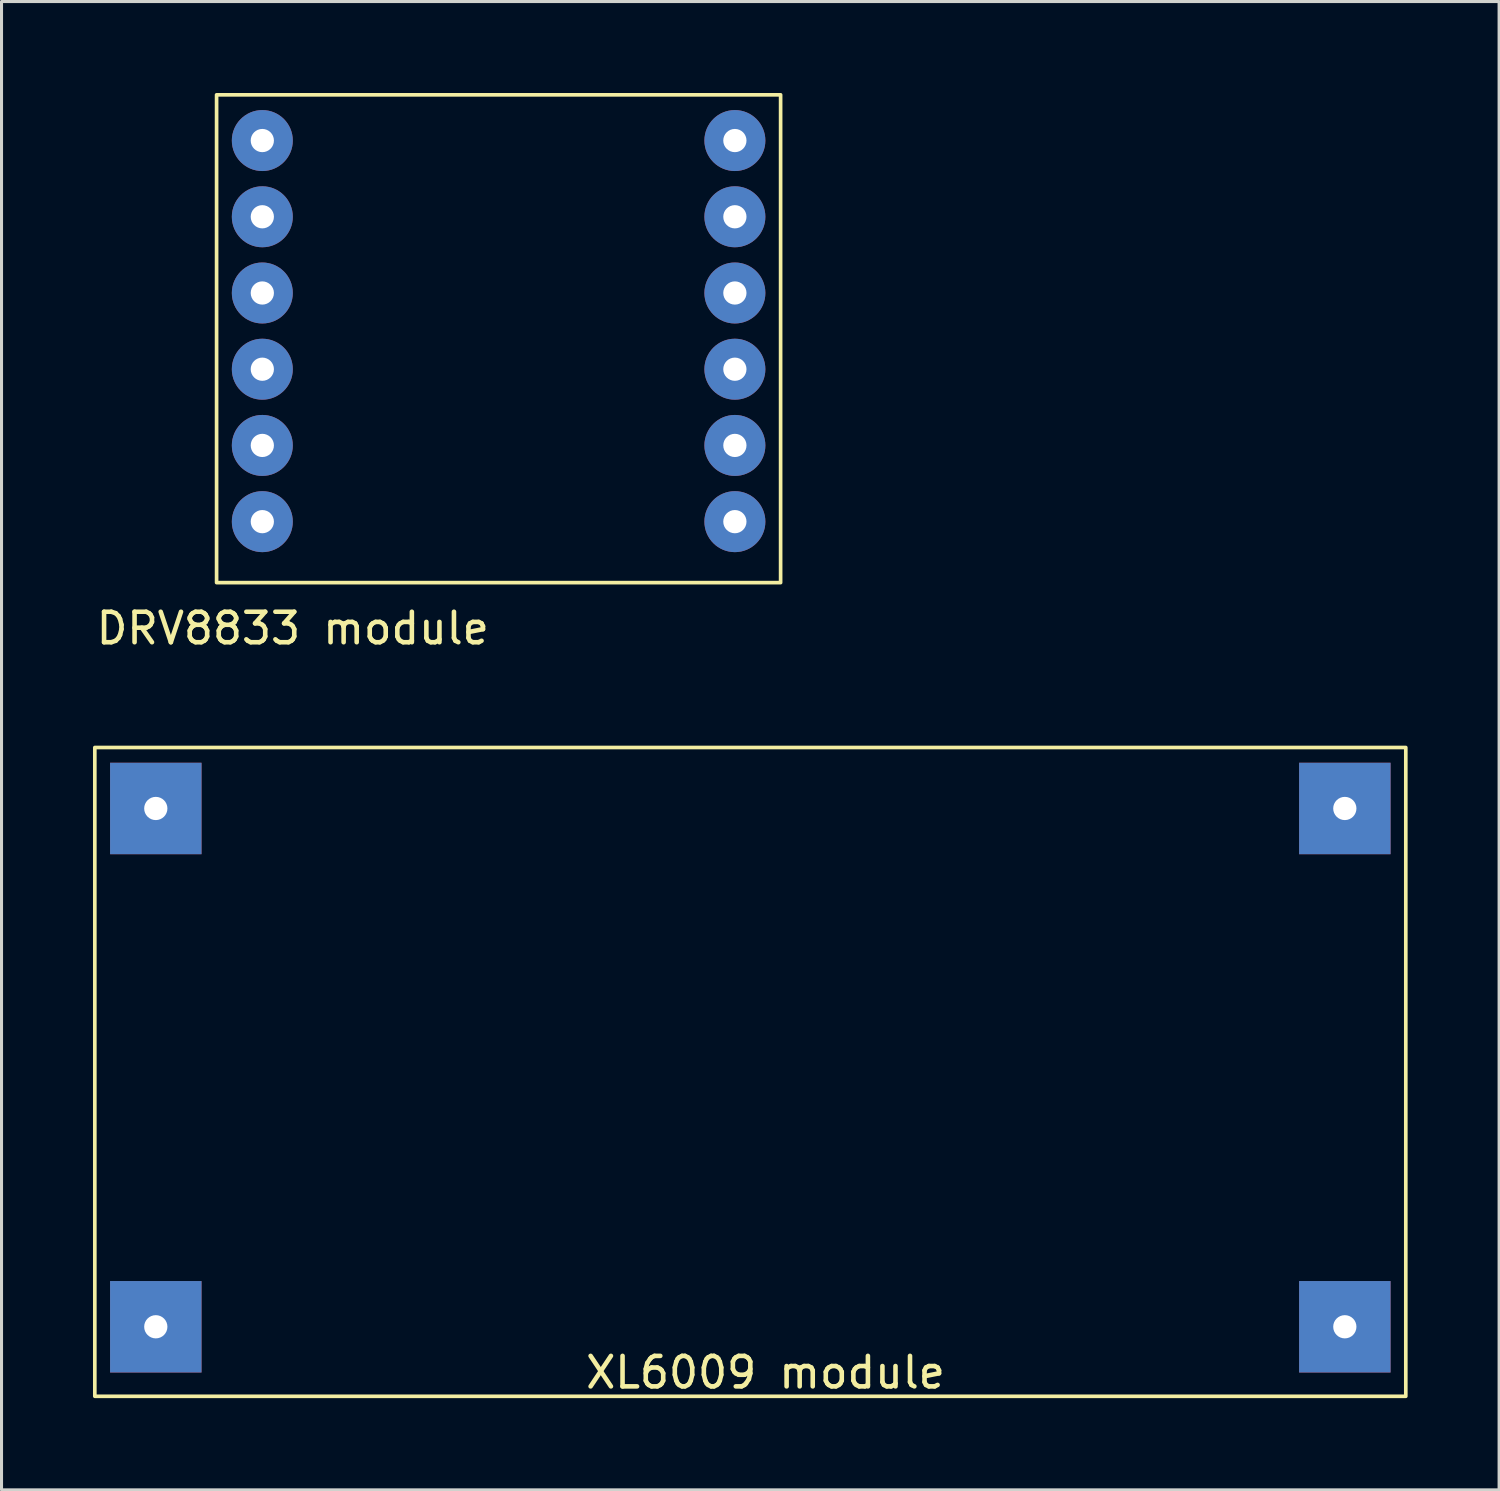
<source format=kicad_pcb>
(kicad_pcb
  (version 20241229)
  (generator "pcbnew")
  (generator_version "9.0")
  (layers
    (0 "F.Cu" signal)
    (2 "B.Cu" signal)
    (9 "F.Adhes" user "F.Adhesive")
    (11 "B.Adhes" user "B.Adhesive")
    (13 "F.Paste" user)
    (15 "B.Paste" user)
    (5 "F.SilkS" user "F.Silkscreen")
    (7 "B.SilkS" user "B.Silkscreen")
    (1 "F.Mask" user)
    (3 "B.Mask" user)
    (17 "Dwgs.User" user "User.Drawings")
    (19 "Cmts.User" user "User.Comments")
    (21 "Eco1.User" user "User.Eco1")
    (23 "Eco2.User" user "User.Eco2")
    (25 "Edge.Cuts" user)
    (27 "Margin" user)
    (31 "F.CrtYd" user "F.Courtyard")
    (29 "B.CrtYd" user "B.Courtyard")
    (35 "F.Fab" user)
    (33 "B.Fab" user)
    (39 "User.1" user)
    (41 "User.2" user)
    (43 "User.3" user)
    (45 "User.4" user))
  (footprint "XL6009 module"
    (layer "F.Cu")
    (at 22.06 42.468)
    (property "Reference" "XL6009 module" (at 0 -0.5 0) (unlocked yes) (layer "F.SilkS") (effects (font (size 1 1) (thickness 0.15))))
    (attr through_hole)
    (fp_rect (start -22 -21) (end 21 0.28) (stroke (width 0.12) (type solid)) (fill no) (layer "F.SilkS"))
    (pad "1" thru_hole rect (at -20 -19) (size 3 3) (drill 0.762) (layers "*.Cu" "*.Mask"))
    (pad "2" thru_hole rect (at -20 -2) (size 3 3) (drill 0.762) (layers "*.Cu" "*.Mask"))
    (pad "3" thru_hole rect (at 19 -2) (size 3 3) (drill 0.762) (layers "*.Cu" "*.Mask"))
    (pad "4" thru_hole rect (at 19 -19) (size 3 3) (drill 0.762) (layers "*.Cu" "*.Mask")))
  (footprint "DRV8833 module"
    (layer "F.Cu")
    (at 15.054 16.06)
    (property "Reference" "DRV8833 module" (at -8.5 1.5 0) (unlocked yes) (layer "F.SilkS") (effects (font (size 1 1) (thickness 0.15))))
    (attr through_hole)
    (fp_rect (start -11 -16) (end 7.5 0) (stroke (width 0.12) (type solid)) (fill no) (layer "F.SilkS"))
    (pad "1" thru_hole circle (at -9.5 -14.5) (size 2 2) (drill 0.762) (layers "*.Cu" "*.Mask"))
    (pad "2" thru_hole circle (at -9.5 -12) (size 2 2) (drill 0.762) (layers "*.Cu" "*.Mask"))
    (pad "3" thru_hole circle (at -9.5 -9.5) (size 2 2) (drill 0.762) (layers "*.Cu" "*.Mask"))
    (pad "4" thru_hole circle (at -9.5 -7) (size 2 2) (drill 0.762) (layers "*.Cu" "*.Mask"))
    (pad "5" thru_hole circle (at -9.5 -4.5) (size 2 2) (drill 0.762) (layers "*.Cu" "*.Mask"))
    (pad "6" thru_hole circle (at -9.5 -2) (size 2 2) (drill 0.762) (layers "*.Cu" "*.Mask"))
    (pad "7" thru_hole circle (at 6 -2) (size 2 2) (drill 0.762) (layers "*.Cu" "*.Mask"))
    (pad "8" thru_hole circle (at 6 -4.5) (size 2 2) (drill 0.762) (layers "*.Cu" "*.Mask"))
    (pad "9" thru_hole circle (at 6 -7) (size 2 2) (drill 0.762) (layers "*.Cu" "*.Mask"))
    (pad "10" thru_hole circle (at 6 -9.5) (size 2 2) (drill 0.762) (layers "*.Cu" "*.Mask"))
    (pad "11" thru_hole circle (at 6 -12) (size 2 2) (drill 0.762) (layers "*.Cu" "*.Mask"))
    (pad "12" thru_hole circle (at 6 -14.5) (size 2 2) (drill 0.762) (layers "*.Cu" "*.Mask")))
  (gr_rect
    (start -3 -3)
    (end 46.12 45.816)
    (stroke (width 0.1) (type default))
    (fill no)
    (layer "Edge.Cuts")))
</source>
